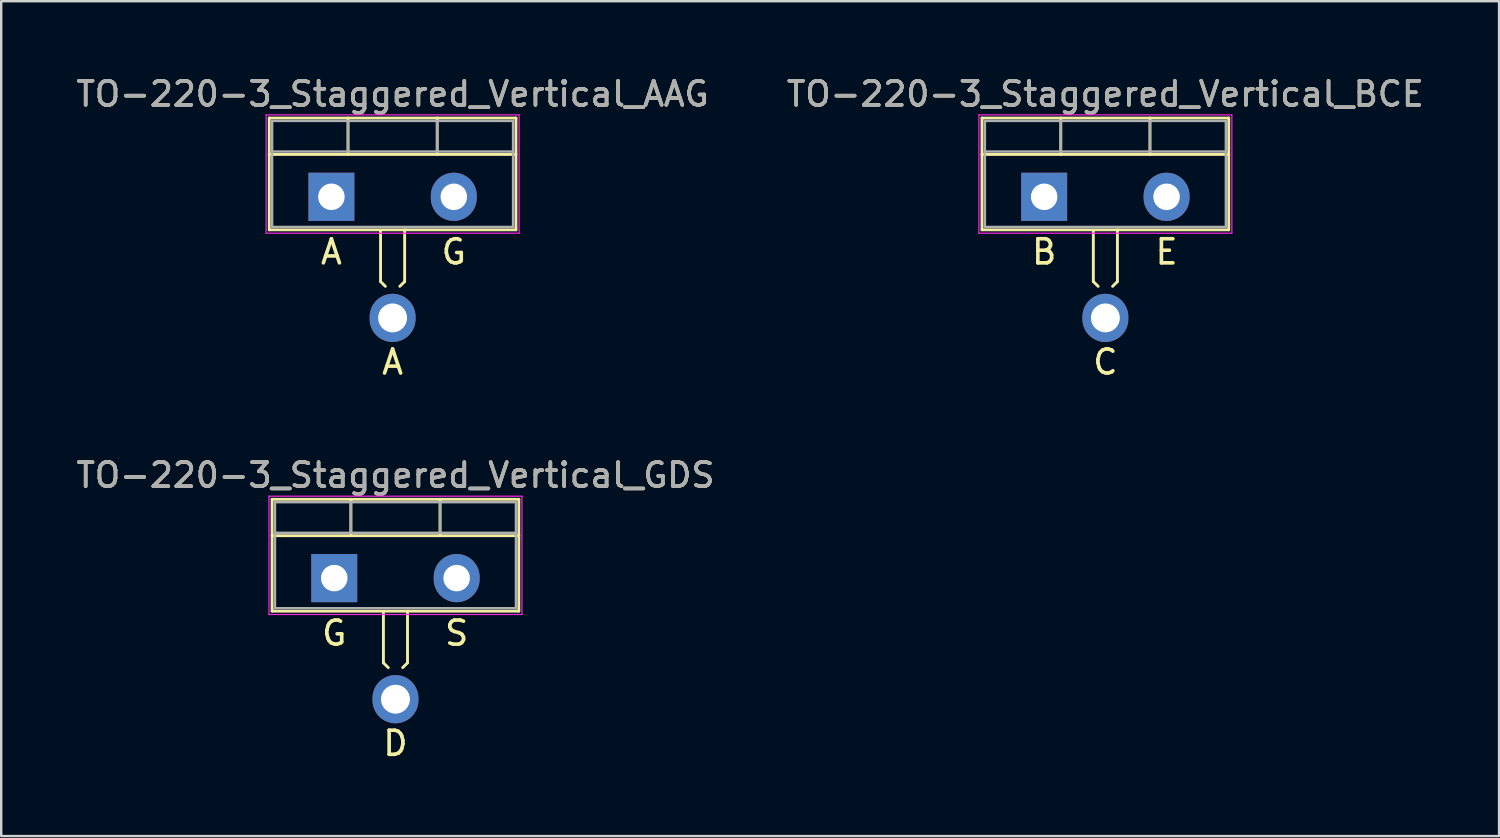
<source format=kicad_pcb>
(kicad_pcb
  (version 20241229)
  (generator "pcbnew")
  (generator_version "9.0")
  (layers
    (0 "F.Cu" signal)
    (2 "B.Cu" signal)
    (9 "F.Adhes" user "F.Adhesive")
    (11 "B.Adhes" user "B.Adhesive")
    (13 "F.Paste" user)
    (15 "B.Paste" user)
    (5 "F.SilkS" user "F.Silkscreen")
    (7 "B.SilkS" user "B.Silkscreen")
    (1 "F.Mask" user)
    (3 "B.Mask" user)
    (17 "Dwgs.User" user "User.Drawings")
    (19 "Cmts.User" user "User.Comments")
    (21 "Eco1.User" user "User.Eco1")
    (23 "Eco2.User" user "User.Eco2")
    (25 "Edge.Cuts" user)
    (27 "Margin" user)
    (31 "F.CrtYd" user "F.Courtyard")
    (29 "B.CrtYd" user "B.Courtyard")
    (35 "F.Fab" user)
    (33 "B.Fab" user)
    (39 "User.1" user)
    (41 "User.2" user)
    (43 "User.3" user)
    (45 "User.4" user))
  (footprint "TO-220-3_Staggered_Vertical_BCE"
    (layer "F.Cu")
    (at 40.287 5.118)
    (property "Reference" "TO-220-3_Staggered_Vertical_BCE" (at 2.54 -4.27 0) (layer "F.SilkS") (effects (font (size 1 1) (thickness 0.15))))
    (fp_line (start -2.58 -3.27) (end -2.58 1.371) (stroke (width 0.12) (type solid)) (layer "F.SilkS"))
    (fp_line (start -2.58 -3.27) (end 7.66 -3.27) (stroke (width 0.12) (type solid)) (layer "F.SilkS"))
    (fp_line (start -2.58 -1.76) (end 7.66 -1.76) (stroke (width 0.12) (type solid)) (layer "F.SilkS"))
    (fp_line (start -2.58 1.371) (end 3.048 1.371) (stroke (width 0.12) (type solid)) (layer "F.SilkS"))
    (fp_line (start 0.69 -3.27) (end 0.69 -1.76) (stroke (width 0.12) (type solid)) (layer "F.SilkS"))
    (fp_line (start 2.04 1.417) (end 2.04 3.517) (stroke (width 0.12) (type solid)) (layer "F.SilkS"))
    (fp_line (start 2.04 3.517) (end 2.24 3.716) (stroke (width 0.12) (type solid)) (layer "F.SilkS"))
    (fp_line (start 3.04 1.417) (end 3.04 3.517) (stroke (width 0.12) (type solid)) (layer "F.SilkS"))
    (fp_line (start 3.04 3.517) (end 2.84 3.716) (stroke (width 0.12) (type solid)) (layer "F.SilkS"))
    (fp_line (start 4.391 -3.27) (end 4.391 -1.76) (stroke (width 0.12) (type solid)) (layer "F.SilkS"))
    (fp_line (start 7.66 -3.27) (end 7.66 1.371) (stroke (width 0.12) (type solid)) (layer "F.SilkS"))
    (fp_line (start 7.66 1.371) (end 3.048 1.371) (stroke (width 0.12) (type solid)) (layer "F.SilkS"))
    (fp_line (start -2.71 -3.4) (end -2.71 1.51) (stroke (width 0.05) (type solid)) (layer "F.CrtYd"))
    (fp_line (start -2.71 1.51) (end 7.79 1.51) (stroke (width 0.05) (type solid)) (layer "F.CrtYd"))
    (fp_line (start 7.79 -3.4) (end -2.71 -3.4) (stroke (width 0.05) (type solid)) (layer "F.CrtYd"))
    (fp_line (start 7.79 1.51) (end 7.79 -3.4) (stroke (width 0.05) (type solid)) (layer "F.CrtYd"))
    (fp_line (start -2.46 -3.15) (end -2.46 1.25) (stroke (width 0.1) (type solid)) (layer "F.Fab"))
    (fp_line (start -2.46 -1.88) (end 7.54 -1.88) (stroke (width 0.1) (type solid)) (layer "F.Fab"))
    (fp_line (start -2.46 1.25) (end 7.54 1.25) (stroke (width 0.1) (type solid)) (layer "F.Fab"))
    (fp_line (start 0.69 -3.15) (end 0.69 -1.88) (stroke (width 0.1) (type solid)) (layer "F.Fab"))
    (fp_line (start 4.39 -3.15) (end 4.39 -1.88) (stroke (width 0.1) (type solid)) (layer "F.Fab"))
    (fp_line (start 7.54 -3.15) (end -2.46 -3.15) (stroke (width 0.1) (type solid)) (layer "F.Fab"))
    (fp_line (start 7.54 1.25) (end 7.54 -3.15) (stroke (width 0.1) (type solid)) (layer "F.Fab"))
    (fp_text user "C" (at 2.54 6.858 0) (unlocked yes) (layer "F.SilkS") (effects (font (size 1 1) (thickness 0.15))))
    (fp_text user "B" (at 0 2.286 0) (unlocked yes) (layer "F.SilkS") (effects (font (size 1 1) (thickness 0.15))))
    (fp_text user "E" (at 5.08 2.286 0) (unlocked yes) (layer "F.SilkS") (effects (font (size 1 1) (thickness 0.15))))
    (fp_text user "${REFERENCE}" (at 2.54 -4.27 0) (layer "F.Fab") (effects (font (size 1 1) (thickness 0.15))))
    (pad "1" thru_hole rect (at 0 0) (size 1.905 2) (drill 1.1) (layers "*.Cu" "*.Mask"))
    (pad "2" thru_hole oval (at 2.54 5.026) (size 1.905 2) (drill 1.2) (layers "*.Cu" "*.Mask"))
    (pad "3" thru_hole oval (at 5.08 0) (size 1.905 2) (drill 1.1) (layers "*.Cu" "*.Mask")))
  (footprint "TO-220-3_Staggered_Vertical_AAG"
    (layer "F.Cu")
    (at 10.704 5.118)
    (property "Reference" "TO-220-3_Staggered_Vertical_AAG" (at 2.54 -4.27 0) (layer "F.SilkS") (effects (font (size 1 1) (thickness 0.15))))
    (fp_line (start -2.58 -3.27) (end -2.58 1.371) (stroke (width 0.12) (type solid)) (layer "F.SilkS"))
    (fp_line (start -2.58 -3.27) (end 7.66 -3.27) (stroke (width 0.12) (type solid)) (layer "F.SilkS"))
    (fp_line (start -2.58 -1.76) (end 7.66 -1.76) (stroke (width 0.12) (type solid)) (layer "F.SilkS"))
    (fp_line (start -2.58 1.371) (end 3.048 1.371) (stroke (width 0.12) (type solid)) (layer "F.SilkS"))
    (fp_line (start 0.69 -3.27) (end 0.69 -1.76) (stroke (width 0.12) (type solid)) (layer "F.SilkS"))
    (fp_line (start 2.04 1.417) (end 2.04 3.517) (stroke (width 0.12) (type solid)) (layer "F.SilkS"))
    (fp_line (start 2.04 3.517) (end 2.24 3.716) (stroke (width 0.12) (type solid)) (layer "F.SilkS"))
    (fp_line (start 3.04 1.417) (end 3.04 3.517) (stroke (width 0.12) (type solid)) (layer "F.SilkS"))
    (fp_line (start 3.04 3.517) (end 2.84 3.716) (stroke (width 0.12) (type solid)) (layer "F.SilkS"))
    (fp_line (start 4.391 -3.27) (end 4.391 -1.76) (stroke (width 0.12) (type solid)) (layer "F.SilkS"))
    (fp_line (start 7.66 -3.27) (end 7.66 1.371) (stroke (width 0.12) (type solid)) (layer "F.SilkS"))
    (fp_line (start 7.66 1.371) (end 3.048 1.371) (stroke (width 0.12) (type solid)) (layer "F.SilkS"))
    (fp_line (start -2.71 -3.4) (end -2.71 1.51) (stroke (width 0.05) (type solid)) (layer "F.CrtYd"))
    (fp_line (start -2.71 1.51) (end 7.79 1.51) (stroke (width 0.05) (type solid)) (layer "F.CrtYd"))
    (fp_line (start 7.79 -3.4) (end -2.71 -3.4) (stroke (width 0.05) (type solid)) (layer "F.CrtYd"))
    (fp_line (start 7.79 1.51) (end 7.79 -3.4) (stroke (width 0.05) (type solid)) (layer "F.CrtYd"))
    (fp_line (start -2.46 -3.15) (end -2.46 1.25) (stroke (width 0.1) (type solid)) (layer "F.Fab"))
    (fp_line (start -2.46 -1.88) (end 7.54 -1.88) (stroke (width 0.1) (type solid)) (layer "F.Fab"))
    (fp_line (start -2.46 1.25) (end 7.54 1.25) (stroke (width 0.1) (type solid)) (layer "F.Fab"))
    (fp_line (start 0.69 -3.15) (end 0.69 -1.88) (stroke (width 0.1) (type solid)) (layer "F.Fab"))
    (fp_line (start 4.39 -3.15) (end 4.39 -1.88) (stroke (width 0.1) (type solid)) (layer "F.Fab"))
    (fp_line (start 7.54 -3.15) (end -2.46 -3.15) (stroke (width 0.1) (type solid)) (layer "F.Fab"))
    (fp_line (start 7.54 1.25) (end 7.54 -3.15) (stroke (width 0.1) (type solid)) (layer "F.Fab"))
    (fp_text user "A" (at 2.54 6.858 0) (unlocked yes) (layer "F.SilkS") (effects (font (size 1 1) (thickness 0.15))))
    (fp_text user "G" (at 5.08 2.286 0) (unlocked yes) (layer "F.SilkS") (effects (font (size 1 1) (thickness 0.15))))
    (fp_text user "A" (at 0 2.286 0) (unlocked yes) (layer "F.SilkS") (effects (font (size 1 1) (thickness 0.15))))
    (fp_text user "${REFERENCE}" (at 2.54 -4.27 0) (layer "F.Fab") (effects (font (size 1 1) (thickness 0.15))))
    (pad "1" thru_hole rect (at 0 0) (size 1.905 2) (drill 1.1) (layers "*.Cu" "*.Mask"))
    (pad "2" thru_hole oval (at 2.54 5.026) (size 1.905 2) (drill 1.2) (layers "*.Cu" "*.Mask"))
    (pad "3" thru_hole oval (at 5.08 0) (size 1.905 2) (drill 1.1) (layers "*.Cu" "*.Mask")))
  (footprint "TO-220-3_Staggered_Vertical_GDS"
    (layer "F.Cu")
    (at 10.823 20.943)
    (property "Reference" "TO-220-3_Staggered_Vertical_GDS" (at 2.54 -4.27 0) (layer "F.SilkS") (effects (font (size 1 1) (thickness 0.15))))
    (fp_line (start -2.58 -3.27) (end -2.58 1.371) (stroke (width 0.12) (type solid)) (layer "F.SilkS"))
    (fp_line (start -2.58 -3.27) (end 7.66 -3.27) (stroke (width 0.12) (type solid)) (layer "F.SilkS"))
    (fp_line (start -2.58 -1.76) (end 7.66 -1.76) (stroke (width 0.12) (type solid)) (layer "F.SilkS"))
    (fp_line (start -2.58 1.371) (end 3.048 1.371) (stroke (width 0.12) (type solid)) (layer "F.SilkS"))
    (fp_line (start 0.69 -3.27) (end 0.69 -1.76) (stroke (width 0.12) (type solid)) (layer "F.SilkS"))
    (fp_line (start 2.04 1.417) (end 2.04 3.517) (stroke (width 0.12) (type solid)) (layer "F.SilkS"))
    (fp_line (start 2.04 3.517) (end 2.24 3.716) (stroke (width 0.12) (type solid)) (layer "F.SilkS"))
    (fp_line (start 3.04 1.417) (end 3.04 3.517) (stroke (width 0.12) (type solid)) (layer "F.SilkS"))
    (fp_line (start 3.04 3.517) (end 2.84 3.716) (stroke (width 0.12) (type solid)) (layer "F.SilkS"))
    (fp_line (start 4.391 -3.27) (end 4.391 -1.76) (stroke (width 0.12) (type solid)) (layer "F.SilkS"))
    (fp_line (start 7.66 -3.27) (end 7.66 1.371) (stroke (width 0.12) (type solid)) (layer "F.SilkS"))
    (fp_line (start 7.66 1.371) (end 3.048 1.371) (stroke (width 0.12) (type solid)) (layer "F.SilkS"))
    (fp_line (start -2.71 -3.4) (end -2.71 1.51) (stroke (width 0.05) (type solid)) (layer "F.CrtYd"))
    (fp_line (start -2.71 1.51) (end 7.79 1.51) (stroke (width 0.05) (type solid)) (layer "F.CrtYd"))
    (fp_line (start 7.79 -3.4) (end -2.71 -3.4) (stroke (width 0.05) (type solid)) (layer "F.CrtYd"))
    (fp_line (start 7.79 1.51) (end 7.79 -3.4) (stroke (width 0.05) (type solid)) (layer "F.CrtYd"))
    (fp_line (start -2.46 -3.15) (end -2.46 1.25) (stroke (width 0.1) (type solid)) (layer "F.Fab"))
    (fp_line (start -2.46 -1.88) (end 7.54 -1.88) (stroke (width 0.1) (type solid)) (layer "F.Fab"))
    (fp_line (start -2.46 1.25) (end 7.54 1.25) (stroke (width 0.1) (type solid)) (layer "F.Fab"))
    (fp_line (start 0.69 -3.15) (end 0.69 -1.88) (stroke (width 0.1) (type solid)) (layer "F.Fab"))
    (fp_line (start 4.39 -3.15) (end 4.39 -1.88) (stroke (width 0.1) (type solid)) (layer "F.Fab"))
    (fp_line (start 7.54 -3.15) (end -2.46 -3.15) (stroke (width 0.1) (type solid)) (layer "F.Fab"))
    (fp_line (start 7.54 1.25) (end 7.54 -3.15) (stroke (width 0.1) (type solid)) (layer "F.Fab"))
    (fp_text user "D" (at 2.54 6.858 0) (unlocked yes) (layer "F.SilkS") (effects (font (size 1 1) (thickness 0.15))))
    (fp_text user "G" (at 0 2.286 0) (unlocked yes) (layer "F.SilkS") (effects (font (size 1 1) (thickness 0.15))))
    (fp_text user "S" (at 5.08 2.286 0) (unlocked yes) (layer "F.SilkS") (effects (font (size 1 1) (thickness 0.15))))
    (fp_text user "${REFERENCE}" (at 2.54 -4.27 0) (layer "F.Fab") (effects (font (size 1 1) (thickness 0.15))))
    (pad "1" thru_hole rect (at 0 0) (size 1.905 2) (drill 1.1) (layers "*.Cu" "*.Mask"))
    (pad "2" thru_hole oval (at 2.54 5.026) (size 1.905 2) (drill 1.2) (layers "*.Cu" "*.Mask"))
    (pad "3" thru_hole oval (at 5.08 0) (size 1.905 2) (drill 1.1) (layers "*.Cu" "*.Mask")))
  (gr_rect
    (start -3 -3)
    (end 59.167 31.649)
    (stroke (width 0.1) (type default))
    (fill no)
    (layer "Edge.Cuts")))
</source>
